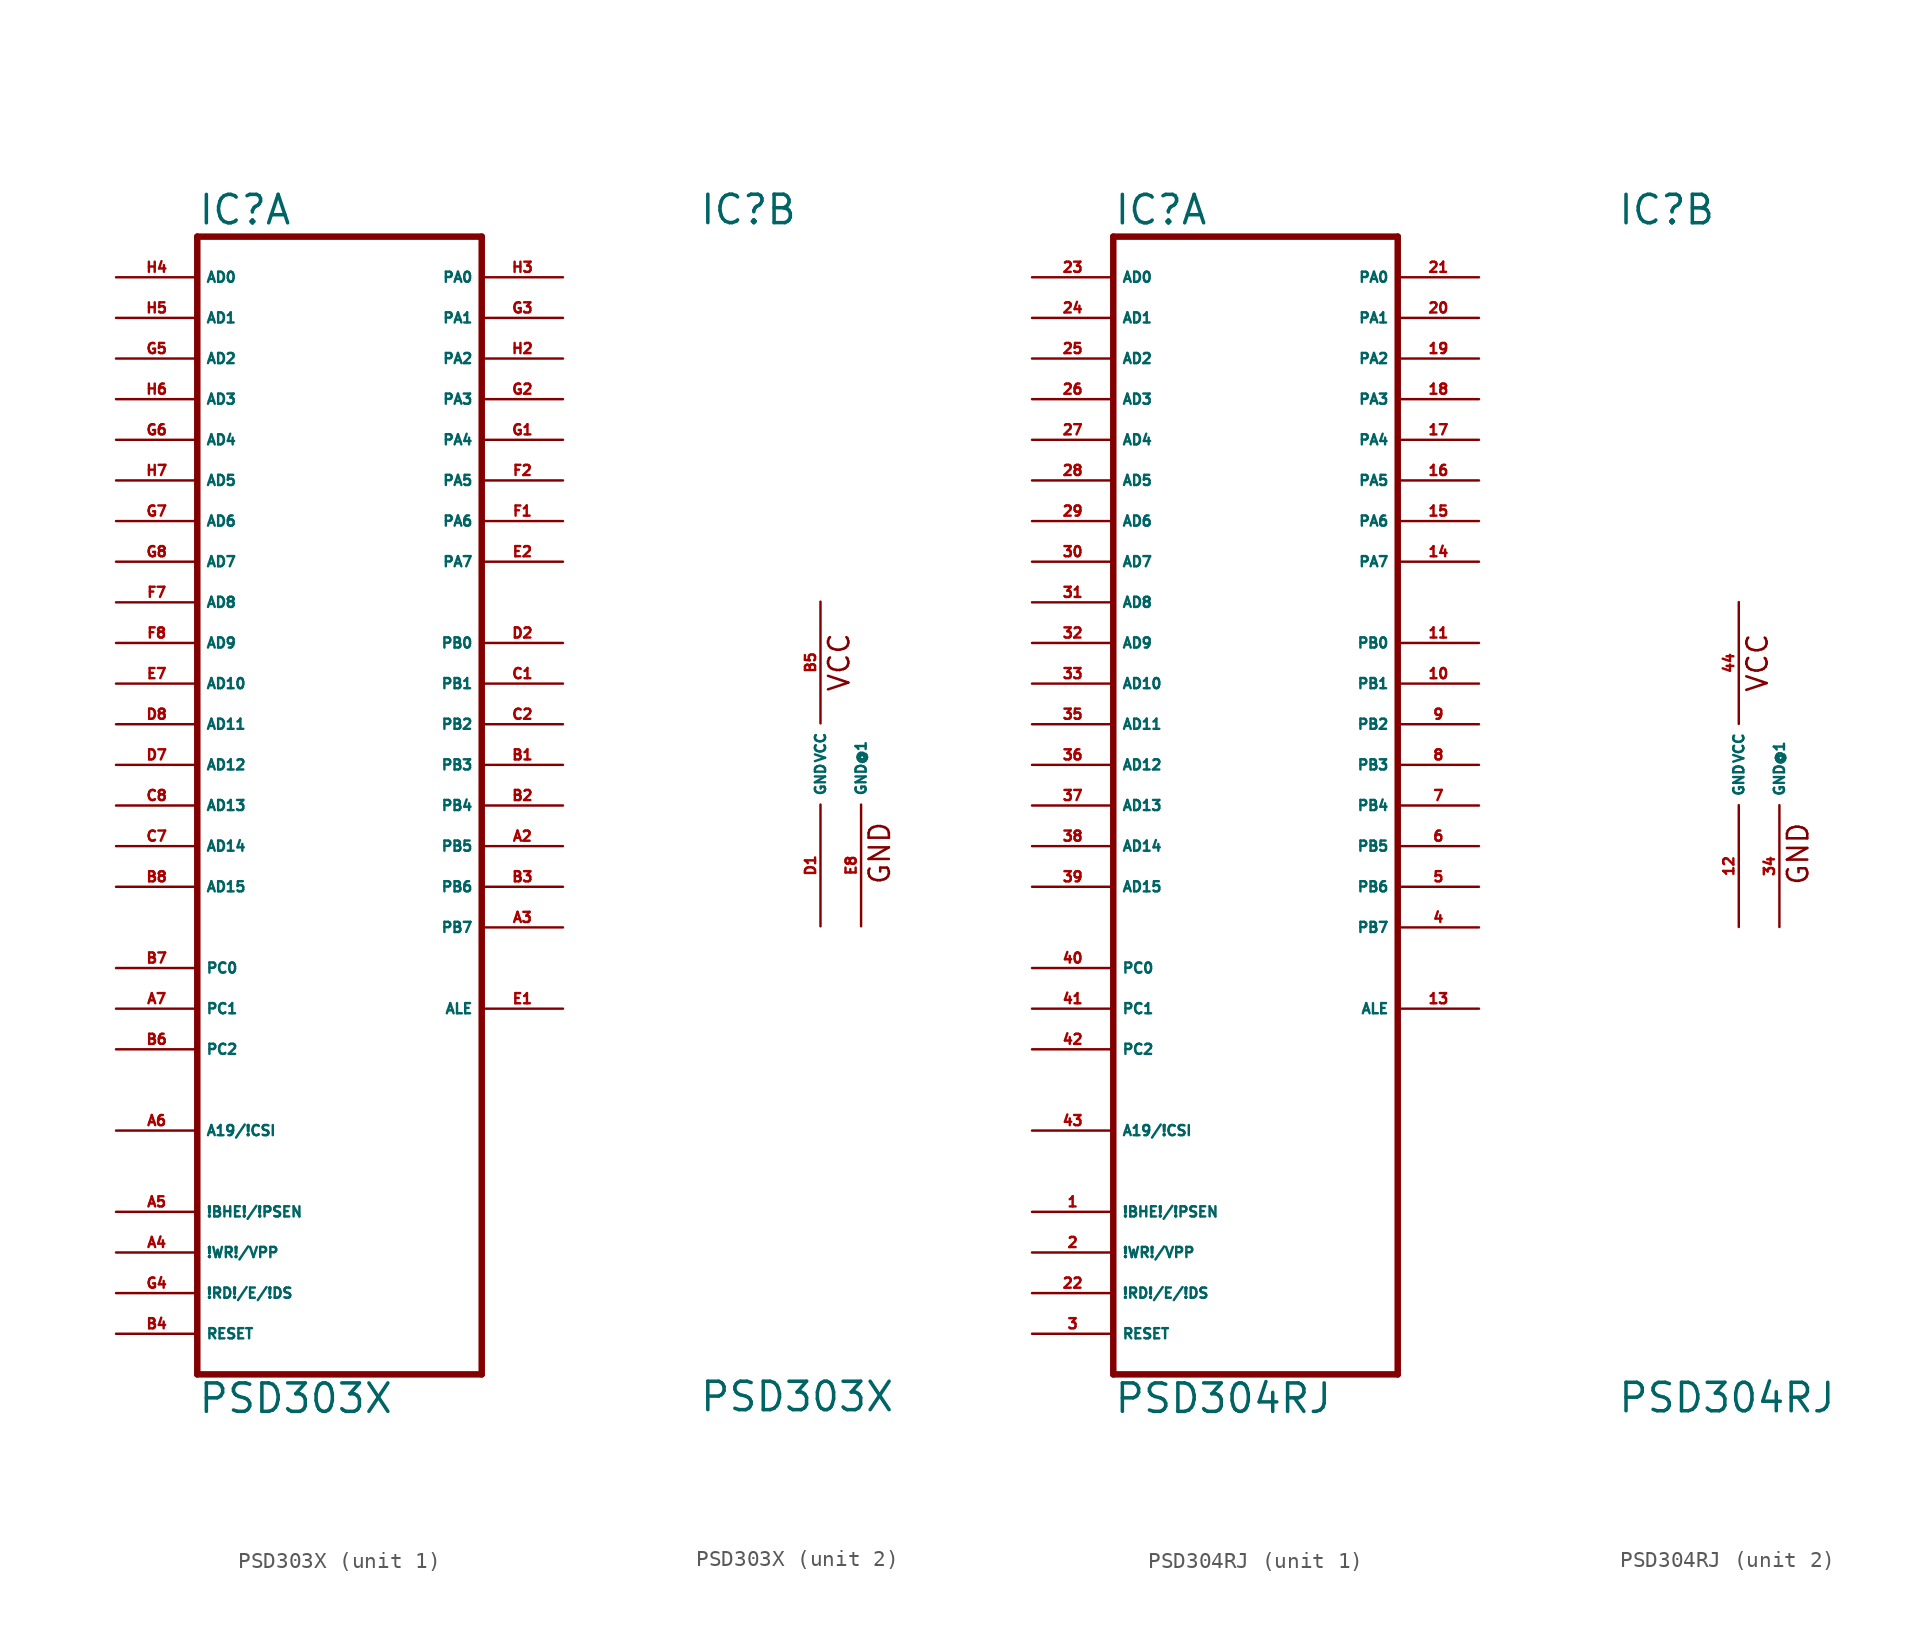
<source format=kicad_sym>
(kicad_symbol_lib
  (version 20220914)
  (generator Eagle2Kicad)
  (symbol "PSD303X"
    (property "Reference" "IC"
      (at -7.62 33.655 0)
      (effects (font (size 1.778 1.778) (thickness 0.22)) (justify left bottom)))
    (property "Value" "PSD303X"
      (at -7.62 -40.64 0)
      (effects (font (size 1.778 1.778) (thickness 0.22)) (justify left bottom)))
    (symbol "PSD303X_1_0"
      (polyline (pts (xy -7.62 -38.1) (xy 10.16 -38.1)) (stroke (width 0.406) (type default)) (fill (type none)))
      (polyline (pts (xy 10.16 -38.1) (xy 10.16 33.02)) (stroke (width 0.406) (type default)) (fill (type none)))
      (polyline (pts (xy 10.16 33.02) (xy -7.62 33.02)) (stroke (width 0.406) (type default)) (fill (type none)))
      (polyline (pts (xy -7.62 33.02) (xy -7.62 -38.1)) (stroke (width 0.406) (type default)) (fill (type none)))
      (pin input line (at -12.7 30.48 0) (length 5.08) (name "AD0" (effects (font (size 0.635 0.635) (thickness 0.08)) (justify left bottom))) (number "H4" (effects (font (size 0.635 0.635) (thickness 0.08)) (justify left bottom))))
      (pin input line (at -12.7 27.94 0) (length 5.08) (name "AD1" (effects (font (size 0.635 0.635) (thickness 0.08)) (justify left bottom))) (number "H5" (effects (font (size 0.635 0.635) (thickness 0.08)) (justify left bottom))))
      (pin input line (at -12.7 25.4 0) (length 5.08) (name "AD2" (effects (font (size 0.635 0.635) (thickness 0.08)) (justify left bottom))) (number "G5" (effects (font (size 0.635 0.635) (thickness 0.08)) (justify left bottom))))
      (pin input line (at -12.7 22.86 0) (length 5.08) (name "AD3" (effects (font (size 0.635 0.635) (thickness 0.08)) (justify left bottom))) (number "H6" (effects (font (size 0.635 0.635) (thickness 0.08)) (justify left bottom))))
      (pin input line (at -12.7 20.32 0) (length 5.08) (name "AD4" (effects (font (size 0.635 0.635) (thickness 0.08)) (justify left bottom))) (number "G6" (effects (font (size 0.635 0.635) (thickness 0.08)) (justify left bottom))))
      (pin input line (at -12.7 17.78 0) (length 5.08) (name "AD5" (effects (font (size 0.635 0.635) (thickness 0.08)) (justify left bottom))) (number "H7" (effects (font (size 0.635 0.635) (thickness 0.08)) (justify left bottom))))
      (pin input line (at -12.7 15.24 0) (length 5.08) (name "AD6" (effects (font (size 0.635 0.635) (thickness 0.08)) (justify left bottom))) (number "G7" (effects (font (size 0.635 0.635) (thickness 0.08)) (justify left bottom))))
      (pin input line (at -12.7 12.7 0) (length 5.08) (name "AD7" (effects (font (size 0.635 0.635) (thickness 0.08)) (justify left bottom))) (number "G8" (effects (font (size 0.635 0.635) (thickness 0.08)) (justify left bottom))))
      (pin input line (at -12.7 10.16 0) (length 5.08) (name "AD8" (effects (font (size 0.635 0.635) (thickness 0.08)) (justify left bottom))) (number "F7" (effects (font (size 0.635 0.635) (thickness 0.08)) (justify left bottom))))
      (pin input line (at -12.7 7.62 0) (length 5.08) (name "AD9" (effects (font (size 0.635 0.635) (thickness 0.08)) (justify left bottom))) (number "F8" (effects (font (size 0.635 0.635) (thickness 0.08)) (justify left bottom))))
      (pin input line (at -12.7 5.08 0) (length 5.08) (name "AD10" (effects (font (size 0.635 0.635) (thickness 0.08)) (justify left bottom))) (number "E7" (effects (font (size 0.635 0.635) (thickness 0.08)) (justify left bottom))))
      (pin input line (at -12.7 2.54 0) (length 5.08) (name "AD11" (effects (font (size 0.635 0.635) (thickness 0.08)) (justify left bottom))) (number "D8" (effects (font (size 0.635 0.635) (thickness 0.08)) (justify left bottom))))
      (pin input line (at -12.7 0 0) (length 5.08) (name "AD12" (effects (font (size 0.635 0.635) (thickness 0.08)) (justify left bottom))) (number "D7" (effects (font (size 0.635 0.635) (thickness 0.08)) (justify left bottom))))
      (pin input line (at -12.7 -2.54 0) (length 5.08) (name "AD13" (effects (font (size 0.635 0.635) (thickness 0.08)) (justify left bottom))) (number "C8" (effects (font (size 0.635 0.635) (thickness 0.08)) (justify left bottom))))
      (pin input line (at -12.7 -5.08 0) (length 5.08) (name "AD14" (effects (font (size 0.635 0.635) (thickness 0.08)) (justify left bottom))) (number "C7" (effects (font (size 0.635 0.635) (thickness 0.08)) (justify left bottom))))
      (pin input line (at -12.7 -7.62 0) (length 5.08) (name "AD15" (effects (font (size 0.635 0.635) (thickness 0.08)) (justify left bottom))) (number "B8" (effects (font (size 0.635 0.635) (thickness 0.08)) (justify left bottom))))
      (pin input line (at -12.7 -12.7 0) (length 5.08) (name "PC0" (effects (font (size 0.635 0.635) (thickness 0.08)) (justify left bottom))) (number "B7" (effects (font (size 0.635 0.635) (thickness 0.08)) (justify left bottom))))
      (pin input line (at -12.7 -15.24 0) (length 5.08) (name "PC1" (effects (font (size 0.635 0.635) (thickness 0.08)) (justify left bottom))) (number "A7" (effects (font (size 0.635 0.635) (thickness 0.08)) (justify left bottom))))
      (pin input line (at -12.7 -17.78 0) (length 5.08) (name "PC2" (effects (font (size 0.635 0.635) (thickness 0.08)) (justify left bottom))) (number "B6" (effects (font (size 0.635 0.635) (thickness 0.08)) (justify left bottom))))
      (pin input line (at -12.7 -22.86 0) (length 5.08) (name "A19/!CSI" (effects (font (size 0.635 0.635) (thickness 0.08)) (justify left bottom))) (number "A6" (effects (font (size 0.635 0.635) (thickness 0.08)) (justify left bottom))))
      (pin bidirectional line (at 15.24 30.48 180) (length 5.08) (name "PA0" (effects (font (size 0.635 0.635) (thickness 0.08)) (justify left bottom))) (number "H3" (effects (font (size 0.635 0.635) (thickness 0.08)) (justify left bottom))))
      (pin bidirectional line (at 15.24 27.94 180) (length 5.08) (name "PA1" (effects (font (size 0.635 0.635) (thickness 0.08)) (justify left bottom))) (number "G3" (effects (font (size 0.635 0.635) (thickness 0.08)) (justify left bottom))))
      (pin bidirectional line (at 15.24 25.4 180) (length 5.08) (name "PA2" (effects (font (size 0.635 0.635) (thickness 0.08)) (justify left bottom))) (number "H2" (effects (font (size 0.635 0.635) (thickness 0.08)) (justify left bottom))))
      (pin bidirectional line (at 15.24 22.86 180) (length 5.08) (name "PA3" (effects (font (size 0.635 0.635) (thickness 0.08)) (justify left bottom))) (number "G2" (effects (font (size 0.635 0.635) (thickness 0.08)) (justify left bottom))))
      (pin bidirectional line (at 15.24 20.32 180) (length 5.08) (name "PA4" (effects (font (size 0.635 0.635) (thickness 0.08)) (justify left bottom))) (number "G1" (effects (font (size 0.635 0.635) (thickness 0.08)) (justify left bottom))))
      (pin bidirectional line (at 15.24 17.78 180) (length 5.08) (name "PA5" (effects (font (size 0.635 0.635) (thickness 0.08)) (justify left bottom))) (number "F2" (effects (font (size 0.635 0.635) (thickness 0.08)) (justify left bottom))))
      (pin bidirectional line (at 15.24 15.24 180) (length 5.08) (name "PA6" (effects (font (size 0.635 0.635) (thickness 0.08)) (justify left bottom))) (number "F1" (effects (font (size 0.635 0.635) (thickness 0.08)) (justify left bottom))))
      (pin bidirectional line (at 15.24 12.7 180) (length 5.08) (name "PA7" (effects (font (size 0.635 0.635) (thickness 0.08)) (justify left bottom))) (number "E2" (effects (font (size 0.635 0.635) (thickness 0.08)) (justify left bottom))))
      (pin output line (at 15.24 7.62 180) (length 5.08) (name "PB0" (effects (font (size 0.635 0.635) (thickness 0.08)) (justify left bottom))) (number "D2" (effects (font (size 0.635 0.635) (thickness 0.08)) (justify left bottom))))
      (pin output line (at 15.24 5.08 180) (length 5.08) (name "PB1" (effects (font (size 0.635 0.635) (thickness 0.08)) (justify left bottom))) (number "C1" (effects (font (size 0.635 0.635) (thickness 0.08)) (justify left bottom))))
      (pin output line (at 15.24 2.54 180) (length 5.08) (name "PB2" (effects (font (size 0.635 0.635) (thickness 0.08)) (justify left bottom))) (number "C2" (effects (font (size 0.635 0.635) (thickness 0.08)) (justify left bottom))))
      (pin output line (at 15.24 0 180) (length 5.08) (name "PB3" (effects (font (size 0.635 0.635) (thickness 0.08)) (justify left bottom))) (number "B1" (effects (font (size 0.635 0.635) (thickness 0.08)) (justify left bottom))))
      (pin output line (at 15.24 -2.54 180) (length 5.08) (name "PB4" (effects (font (size 0.635 0.635) (thickness 0.08)) (justify left bottom))) (number "B2" (effects (font (size 0.635 0.635) (thickness 0.08)) (justify left bottom))))
      (pin output line (at 15.24 -5.08 180) (length 5.08) (name "PB5" (effects (font (size 0.635 0.635) (thickness 0.08)) (justify left bottom))) (number "A2" (effects (font (size 0.635 0.635) (thickness 0.08)) (justify left bottom))))
      (pin output line (at 15.24 -7.62 180) (length 5.08) (name "PB6" (effects (font (size 0.635 0.635) (thickness 0.08)) (justify left bottom))) (number "B3" (effects (font (size 0.635 0.635) (thickness 0.08)) (justify left bottom))))
      (pin output line (at 15.24 -10.16 180) (length 5.08) (name "PB7" (effects (font (size 0.635 0.635) (thickness 0.08)) (justify left bottom))) (number "A3" (effects (font (size 0.635 0.635) (thickness 0.08)) (justify left bottom))))
      (pin output line (at 15.24 -15.24 180) (length 5.08) (name "ALE" (effects (font (size 0.635 0.635) (thickness 0.08)) (justify left bottom))) (number "E1" (effects (font (size 0.635 0.635) (thickness 0.08)) (justify left bottom))))
      (pin input line (at -12.7 -27.94 0) (length 5.08) (name "!BHE!/!PSEN" (effects (font (size 0.635 0.635) (thickness 0.08)) (justify left bottom))) (number "A5" (effects (font (size 0.635 0.635) (thickness 0.08)) (justify left bottom))))
      (pin input line (at -12.7 -30.48 0) (length 5.08) (name "!WR!/VPP" (effects (font (size 0.635 0.635) (thickness 0.08)) (justify left bottom))) (number "A4" (effects (font (size 0.635 0.635) (thickness 0.08)) (justify left bottom))))
      (pin input line (at -12.7 -33.02 0) (length 5.08) (name "!RD!/E/!DS" (effects (font (size 0.635 0.635) (thickness 0.08)) (justify left bottom))) (number "G4" (effects (font (size 0.635 0.635) (thickness 0.08)) (justify left bottom))))
      (pin input line (at -12.7 -35.56 0) (length 5.08) (name "RESET" (effects (font (size 0.635 0.635) (thickness 0.08)) (justify left bottom))) (number "B4" (effects (font (size 0.635 0.635) (thickness 0.08)) (justify left bottom)))))
    (symbol "PSD303X_2_0"
      (text "VCC" (at 1.905 4.445 900) (effects (font (size 1.27 1.27) (thickness 0.16)) (justify left bottom)))
      (text "GND" (at 4.445 -7.62 900) (effects (font (size 1.27 1.27) (thickness 0.16)) (justify left bottom)))
      (pin unspecified line (at 0 10.16 270) (length 7.62) (name "VCC" (effects (font (size 0.635 0.635) (thickness 0.08)) (justify left bottom))) (number "B5" (effects (font (size 0.635 0.635) (thickness 0.08)) (justify left bottom))))
      (pin unspecified line (at 0 -10.16 90) (length 7.62) (name "GND" (effects (font (size 0.635 0.635) (thickness 0.08)) (justify left bottom))) (number "D1" (effects (font (size 0.635 0.635) (thickness 0.08)) (justify left bottom))))
      (pin unspecified line (at 2.54 -10.16 90) (length 7.62) (name "GND@1" (effects (font (size 0.635 0.635) (thickness 0.08)) (justify left bottom))) (number "E8" (effects (font (size 0.635 0.635) (thickness 0.08)) (justify left bottom))))))
  (symbol "PSD304RJ"
    (property "Reference" "IC"
      (at -7.62 33.655 0)
      (effects (font (size 1.778 1.778) (thickness 0.22)) (justify left bottom)))
    (property "Value" "PSD304RJ"
      (at -7.62 -40.64 0)
      (effects (font (size 1.778 1.778) (thickness 0.22)) (justify left bottom)))
    (symbol "PSD304RJ_1_0"
      (polyline (pts (xy -7.62 -38.1) (xy 10.16 -38.1)) (stroke (width 0.406) (type default)) (fill (type none)))
      (polyline (pts (xy 10.16 -38.1) (xy 10.16 33.02)) (stroke (width 0.406) (type default)) (fill (type none)))
      (polyline (pts (xy 10.16 33.02) (xy -7.62 33.02)) (stroke (width 0.406) (type default)) (fill (type none)))
      (polyline (pts (xy -7.62 33.02) (xy -7.62 -38.1)) (stroke (width 0.406) (type default)) (fill (type none)))
      (pin input line (at -12.7 30.48 0) (length 5.08) (name "AD0" (effects (font (size 0.635 0.635) (thickness 0.08)) (justify left bottom))) (number "23" (effects (font (size 0.635 0.635) (thickness 0.08)) (justify left bottom))))
      (pin input line (at -12.7 27.94 0) (length 5.08) (name "AD1" (effects (font (size 0.635 0.635) (thickness 0.08)) (justify left bottom))) (number "24" (effects (font (size 0.635 0.635) (thickness 0.08)) (justify left bottom))))
      (pin input line (at -12.7 25.4 0) (length 5.08) (name "AD2" (effects (font (size 0.635 0.635) (thickness 0.08)) (justify left bottom))) (number "25" (effects (font (size 0.635 0.635) (thickness 0.08)) (justify left bottom))))
      (pin input line (at -12.7 22.86 0) (length 5.08) (name "AD3" (effects (font (size 0.635 0.635) (thickness 0.08)) (justify left bottom))) (number "26" (effects (font (size 0.635 0.635) (thickness 0.08)) (justify left bottom))))
      (pin input line (at -12.7 20.32 0) (length 5.08) (name "AD4" (effects (font (size 0.635 0.635) (thickness 0.08)) (justify left bottom))) (number "27" (effects (font (size 0.635 0.635) (thickness 0.08)) (justify left bottom))))
      (pin input line (at -12.7 17.78 0) (length 5.08) (name "AD5" (effects (font (size 0.635 0.635) (thickness 0.08)) (justify left bottom))) (number "28" (effects (font (size 0.635 0.635) (thickness 0.08)) (justify left bottom))))
      (pin input line (at -12.7 15.24 0) (length 5.08) (name "AD6" (effects (font (size 0.635 0.635) (thickness 0.08)) (justify left bottom))) (number "29" (effects (font (size 0.635 0.635) (thickness 0.08)) (justify left bottom))))
      (pin input line (at -12.7 12.7 0) (length 5.08) (name "AD7" (effects (font (size 0.635 0.635) (thickness 0.08)) (justify left bottom))) (number "30" (effects (font (size 0.635 0.635) (thickness 0.08)) (justify left bottom))))
      (pin input line (at -12.7 10.16 0) (length 5.08) (name "AD8" (effects (font (size 0.635 0.635) (thickness 0.08)) (justify left bottom))) (number "31" (effects (font (size 0.635 0.635) (thickness 0.08)) (justify left bottom))))
      (pin input line (at -12.7 7.62 0) (length 5.08) (name "AD9" (effects (font (size 0.635 0.635) (thickness 0.08)) (justify left bottom))) (number "32" (effects (font (size 0.635 0.635) (thickness 0.08)) (justify left bottom))))
      (pin input line (at -12.7 5.08 0) (length 5.08) (name "AD10" (effects (font (size 0.635 0.635) (thickness 0.08)) (justify left bottom))) (number "33" (effects (font (size 0.635 0.635) (thickness 0.08)) (justify left bottom))))
      (pin input line (at -12.7 2.54 0) (length 5.08) (name "AD11" (effects (font (size 0.635 0.635) (thickness 0.08)) (justify left bottom))) (number "35" (effects (font (size 0.635 0.635) (thickness 0.08)) (justify left bottom))))
      (pin input line (at -12.7 0 0) (length 5.08) (name "AD12" (effects (font (size 0.635 0.635) (thickness 0.08)) (justify left bottom))) (number "36" (effects (font (size 0.635 0.635) (thickness 0.08)) (justify left bottom))))
      (pin input line (at -12.7 -2.54 0) (length 5.08) (name "AD13" (effects (font (size 0.635 0.635) (thickness 0.08)) (justify left bottom))) (number "37" (effects (font (size 0.635 0.635) (thickness 0.08)) (justify left bottom))))
      (pin input line (at -12.7 -5.08 0) (length 5.08) (name "AD14" (effects (font (size 0.635 0.635) (thickness 0.08)) (justify left bottom))) (number "38" (effects (font (size 0.635 0.635) (thickness 0.08)) (justify left bottom))))
      (pin input line (at -12.7 -7.62 0) (length 5.08) (name "AD15" (effects (font (size 0.635 0.635) (thickness 0.08)) (justify left bottom))) (number "39" (effects (font (size 0.635 0.635) (thickness 0.08)) (justify left bottom))))
      (pin input line (at -12.7 -12.7 0) (length 5.08) (name "PC0" (effects (font (size 0.635 0.635) (thickness 0.08)) (justify left bottom))) (number "40" (effects (font (size 0.635 0.635) (thickness 0.08)) (justify left bottom))))
      (pin input line (at -12.7 -15.24 0) (length 5.08) (name "PC1" (effects (font (size 0.635 0.635) (thickness 0.08)) (justify left bottom))) (number "41" (effects (font (size 0.635 0.635) (thickness 0.08)) (justify left bottom))))
      (pin input line (at -12.7 -17.78 0) (length 5.08) (name "PC2" (effects (font (size 0.635 0.635) (thickness 0.08)) (justify left bottom))) (number "42" (effects (font (size 0.635 0.635) (thickness 0.08)) (justify left bottom))))
      (pin input line (at -12.7 -22.86 0) (length 5.08) (name "A19/!CSI" (effects (font (size 0.635 0.635) (thickness 0.08)) (justify left bottom))) (number "43" (effects (font (size 0.635 0.635) (thickness 0.08)) (justify left bottom))))
      (pin bidirectional line (at 15.24 30.48 180) (length 5.08) (name "PA0" (effects (font (size 0.635 0.635) (thickness 0.08)) (justify left bottom))) (number "21" (effects (font (size 0.635 0.635) (thickness 0.08)) (justify left bottom))))
      (pin bidirectional line (at 15.24 27.94 180) (length 5.08) (name "PA1" (effects (font (size 0.635 0.635) (thickness 0.08)) (justify left bottom))) (number "20" (effects (font (size 0.635 0.635) (thickness 0.08)) (justify left bottom))))
      (pin bidirectional line (at 15.24 25.4 180) (length 5.08) (name "PA2" (effects (font (size 0.635 0.635) (thickness 0.08)) (justify left bottom))) (number "19" (effects (font (size 0.635 0.635) (thickness 0.08)) (justify left bottom))))
      (pin bidirectional line (at 15.24 22.86 180) (length 5.08) (name "PA3" (effects (font (size 0.635 0.635) (thickness 0.08)) (justify left bottom))) (number "18" (effects (font (size 0.635 0.635) (thickness 0.08)) (justify left bottom))))
      (pin bidirectional line (at 15.24 20.32 180) (length 5.08) (name "PA4" (effects (font (size 0.635 0.635) (thickness 0.08)) (justify left bottom))) (number "17" (effects (font (size 0.635 0.635) (thickness 0.08)) (justify left bottom))))
      (pin bidirectional line (at 15.24 17.78 180) (length 5.08) (name "PA5" (effects (font (size 0.635 0.635) (thickness 0.08)) (justify left bottom))) (number "16" (effects (font (size 0.635 0.635) (thickness 0.08)) (justify left bottom))))
      (pin bidirectional line (at 15.24 15.24 180) (length 5.08) (name "PA6" (effects (font (size 0.635 0.635) (thickness 0.08)) (justify left bottom))) (number "15" (effects (font (size 0.635 0.635) (thickness 0.08)) (justify left bottom))))
      (pin bidirectional line (at 15.24 12.7 180) (length 5.08) (name "PA7" (effects (font (size 0.635 0.635) (thickness 0.08)) (justify left bottom))) (number "14" (effects (font (size 0.635 0.635) (thickness 0.08)) (justify left bottom))))
      (pin output line (at 15.24 7.62 180) (length 5.08) (name "PB0" (effects (font (size 0.635 0.635) (thickness 0.08)) (justify left bottom))) (number "11" (effects (font (size 0.635 0.635) (thickness 0.08)) (justify left bottom))))
      (pin output line (at 15.24 5.08 180) (length 5.08) (name "PB1" (effects (font (size 0.635 0.635) (thickness 0.08)) (justify left bottom))) (number "10" (effects (font (size 0.635 0.635) (thickness 0.08)) (justify left bottom))))
      (pin output line (at 15.24 2.54 180) (length 5.08) (name "PB2" (effects (font (size 0.635 0.635) (thickness 0.08)) (justify left bottom))) (number "9" (effects (font (size 0.635 0.635) (thickness 0.08)) (justify left bottom))))
      (pin output line (at 15.24 0 180) (length 5.08) (name "PB3" (effects (font (size 0.635 0.635) (thickness 0.08)) (justify left bottom))) (number "8" (effects (font (size 0.635 0.635) (thickness 0.08)) (justify left bottom))))
      (pin output line (at 15.24 -2.54 180) (length 5.08) (name "PB4" (effects (font (size 0.635 0.635) (thickness 0.08)) (justify left bottom))) (number "7" (effects (font (size 0.635 0.635) (thickness 0.08)) (justify left bottom))))
      (pin output line (at 15.24 -5.08 180) (length 5.08) (name "PB5" (effects (font (size 0.635 0.635) (thickness 0.08)) (justify left bottom))) (number "6" (effects (font (size 0.635 0.635) (thickness 0.08)) (justify left bottom))))
      (pin output line (at 15.24 -7.62 180) (length 5.08) (name "PB6" (effects (font (size 0.635 0.635) (thickness 0.08)) (justify left bottom))) (number "5" (effects (font (size 0.635 0.635) (thickness 0.08)) (justify left bottom))))
      (pin output line (at 15.24 -10.16 180) (length 5.08) (name "PB7" (effects (font (size 0.635 0.635) (thickness 0.08)) (justify left bottom))) (number "4" (effects (font (size 0.635 0.635) (thickness 0.08)) (justify left bottom))))
      (pin output line (at 15.24 -15.24 180) (length 5.08) (name "ALE" (effects (font (size 0.635 0.635) (thickness 0.08)) (justify left bottom))) (number "13" (effects (font (size 0.635 0.635) (thickness 0.08)) (justify left bottom))))
      (pin input line (at -12.7 -27.94 0) (length 5.08) (name "!BHE!/!PSEN" (effects (font (size 0.635 0.635) (thickness 0.08)) (justify left bottom))) (number "1" (effects (font (size 0.635 0.635) (thickness 0.08)) (justify left bottom))))
      (pin input line (at -12.7 -30.48 0) (length 5.08) (name "!WR!/VPP" (effects (font (size 0.635 0.635) (thickness 0.08)) (justify left bottom))) (number "2" (effects (font (size 0.635 0.635) (thickness 0.08)) (justify left bottom))))
      (pin input line (at -12.7 -33.02 0) (length 5.08) (name "!RD!/E/!DS" (effects (font (size 0.635 0.635) (thickness 0.08)) (justify left bottom))) (number "22" (effects (font (size 0.635 0.635) (thickness 0.08)) (justify left bottom))))
      (pin input line (at -12.7 -35.56 0) (length 5.08) (name "RESET" (effects (font (size 0.635 0.635) (thickness 0.08)) (justify left bottom))) (number "3" (effects (font (size 0.635 0.635) (thickness 0.08)) (justify left bottom)))))
    (symbol "PSD304RJ_2_0"
      (text "VCC" (at 1.905 4.445 900) (effects (font (size 1.27 1.27) (thickness 0.16)) (justify left bottom)))
      (text "GND" (at 4.445 -7.62 900) (effects (font (size 1.27 1.27) (thickness 0.16)) (justify left bottom)))
      (pin unspecified line (at 0 10.16 270) (length 7.62) (name "VCC" (effects (font (size 0.635 0.635) (thickness 0.08)) (justify left bottom))) (number "44" (effects (font (size 0.635 0.635) (thickness 0.08)) (justify left bottom))))
      (pin unspecified line (at 0 -10.16 90) (length 7.62) (name "GND" (effects (font (size 0.635 0.635) (thickness 0.08)) (justify left bottom))) (number "12" (effects (font (size 0.635 0.635) (thickness 0.08)) (justify left bottom))))
      (pin unspecified line (at 2.54 -10.16 90) (length 7.62) (name "GND@1" (effects (font (size 0.635 0.635) (thickness 0.08)) (justify left bottom))) (number "34" (effects (font (size 0.635 0.635) (thickness 0.08)) (justify left bottom)))))))
</source>
